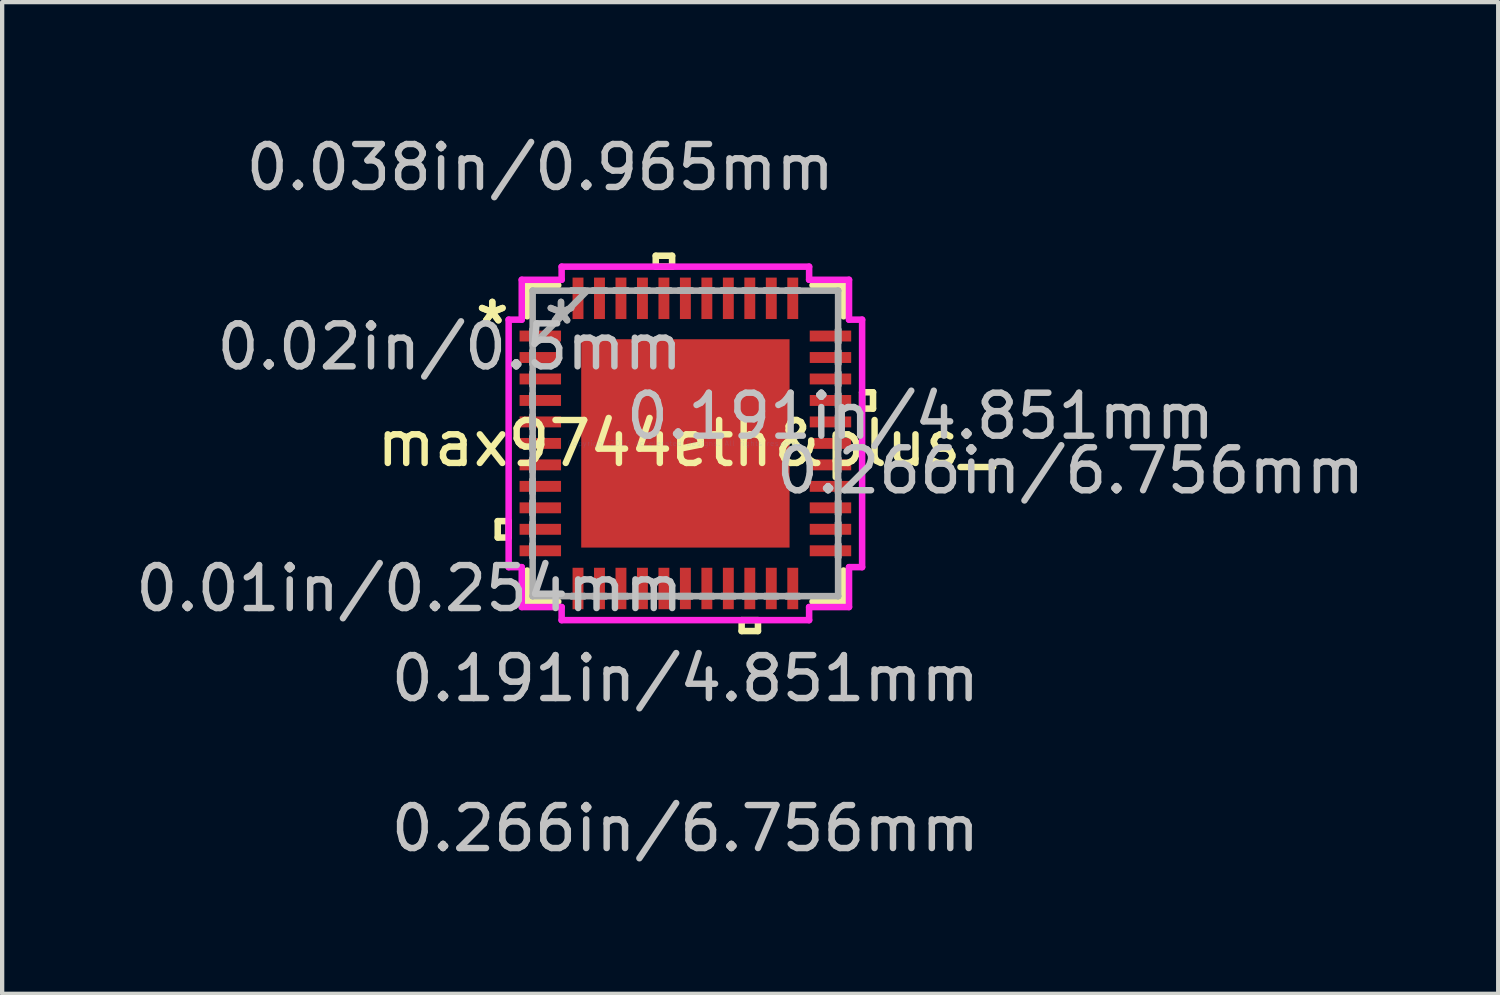
<source format=kicad_pcb>
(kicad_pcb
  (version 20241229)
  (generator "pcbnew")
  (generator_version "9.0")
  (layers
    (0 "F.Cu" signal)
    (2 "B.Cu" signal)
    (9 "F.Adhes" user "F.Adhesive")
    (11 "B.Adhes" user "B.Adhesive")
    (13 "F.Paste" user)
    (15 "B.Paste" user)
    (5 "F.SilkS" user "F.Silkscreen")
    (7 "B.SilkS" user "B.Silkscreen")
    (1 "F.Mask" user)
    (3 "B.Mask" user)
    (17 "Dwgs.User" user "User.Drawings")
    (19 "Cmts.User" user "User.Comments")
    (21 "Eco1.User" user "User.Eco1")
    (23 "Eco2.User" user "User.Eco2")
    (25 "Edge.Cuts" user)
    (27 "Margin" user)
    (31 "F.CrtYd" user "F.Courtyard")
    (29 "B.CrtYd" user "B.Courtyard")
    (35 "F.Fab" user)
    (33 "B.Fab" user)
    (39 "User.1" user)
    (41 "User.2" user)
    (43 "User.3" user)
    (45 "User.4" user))
  (footprint "max9744eth&plus_"
    (layer "F.Cu")
    (at 12.908 7.274)
    (property "Reference" "max9744eth&plus_" (at 0 0 0) (layer "F.SilkS") (effects (font (size 1 1) (thickness 0.15))))
    (attr through_hole)
    (fp_line (start -4.369 1.81) (end -4.369 2.191) (stroke (width 0.152) (type solid)) (layer "F.SilkS"))
    (fp_line (start -4.369 2.191) (end -4.115 2.191) (stroke (width 0.152) (type solid)) (layer "F.SilkS"))
    (fp_line (start -4.115 1.81) (end -4.369 1.81) (stroke (width 0.152) (type solid)) (layer "F.SilkS"))
    (fp_line (start -4.115 2.191) (end -4.115 1.81) (stroke (width 0.152) (type solid)) (layer "F.SilkS"))
    (fp_line (start -3.683 -3.683) (end -3.683 -2.96) (stroke (width 0.152) (type solid)) (layer "F.SilkS"))
    (fp_line (start -3.683 2.96) (end -3.683 3.683) (stroke (width 0.152) (type solid)) (layer "F.SilkS"))
    (fp_line (start -3.683 3.683) (end -2.96 3.683) (stroke (width 0.152) (type solid)) (layer "F.SilkS"))
    (fp_line (start -2.96 -3.683) (end -3.683 -3.683) (stroke (width 0.152) (type solid)) (layer "F.SilkS"))
    (fp_line (start -0.69 -4.369) (end -0.309 -4.369) (stroke (width 0.152) (type solid)) (layer "F.SilkS"))
    (fp_line (start -0.69 -4.115) (end -0.69 -4.369) (stroke (width 0.152) (type solid)) (layer "F.SilkS"))
    (fp_line (start -0.309 -4.369) (end -0.309 -4.115) (stroke (width 0.152) (type solid)) (layer "F.SilkS"))
    (fp_line (start -0.309 -4.115) (end -0.69 -4.115) (stroke (width 0.152) (type solid)) (layer "F.SilkS"))
    (fp_line (start 1.31 4.115) (end 1.31 4.369) (stroke (width 0.152) (type solid)) (layer "F.SilkS"))
    (fp_line (start 1.31 4.369) (end 1.69 4.369) (stroke (width 0.152) (type solid)) (layer "F.SilkS"))
    (fp_line (start 1.69 4.115) (end 1.31 4.115) (stroke (width 0.152) (type solid)) (layer "F.SilkS"))
    (fp_line (start 1.69 4.369) (end 1.69 4.115) (stroke (width 0.152) (type solid)) (layer "F.SilkS"))
    (fp_line (start 2.96 3.683) (end 3.683 3.683) (stroke (width 0.152) (type solid)) (layer "F.SilkS"))
    (fp_line (start 3.683 -3.683) (end 2.96 -3.683) (stroke (width 0.152) (type solid)) (layer "F.SilkS"))
    (fp_line (start 3.683 -2.96) (end 3.683 -3.683) (stroke (width 0.152) (type solid)) (layer "F.SilkS"))
    (fp_line (start 3.683 3.683) (end 3.683 2.96) (stroke (width 0.152) (type solid)) (layer "F.SilkS"))
    (fp_line (start 4.115 -1.191) (end 4.369 -1.191) (stroke (width 0.152) (type solid)) (layer "F.SilkS"))
    (fp_line (start 4.115 -0.81) (end 4.115 -1.191) (stroke (width 0.152) (type solid)) (layer "F.SilkS"))
    (fp_line (start 4.369 -1.191) (end 4.369 -0.81) (stroke (width 0.152) (type solid)) (layer "F.SilkS"))
    (fp_line (start 4.369 -0.81) (end 4.115 -0.81) (stroke (width 0.152) (type solid)) (layer "F.SilkS"))
    (fp_line (start -2.326 -2.326) (end -2.326 -0.909) (stroke (width 0.152) (type solid)) (layer "F.Paste"))
    (fp_line (start -2.326 -0.909) (end -0.909 -0.909) (stroke (width 0.152) (type solid)) (layer "F.Paste"))
    (fp_line (start -2.326 -0.709) (end -2.326 0.709) (stroke (width 0.152) (type solid)) (layer "F.Paste"))
    (fp_line (start -2.326 0.709) (end -0.909 0.709) (stroke (width 0.152) (type solid)) (layer "F.Paste"))
    (fp_line (start -2.326 0.909) (end -2.326 2.326) (stroke (width 0.152) (type solid)) (layer "F.Paste"))
    (fp_line (start -2.326 2.326) (end -0.909 2.326) (stroke (width 0.152) (type solid)) (layer "F.Paste"))
    (fp_line (start -0.909 -2.326) (end -2.326 -2.326) (stroke (width 0.152) (type solid)) (layer "F.Paste"))
    (fp_line (start -0.909 -0.909) (end -0.909 -2.326) (stroke (width 0.152) (type solid)) (layer "F.Paste"))
    (fp_line (start -0.909 -0.709) (end -2.326 -0.709) (stroke (width 0.152) (type solid)) (layer "F.Paste"))
    (fp_line (start -0.909 0.709) (end -0.909 -0.709) (stroke (width 0.152) (type solid)) (layer "F.Paste"))
    (fp_line (start -0.909 0.909) (end -2.326 0.909) (stroke (width 0.152) (type solid)) (layer "F.Paste"))
    (fp_line (start -0.909 2.326) (end -0.909 0.909) (stroke (width 0.152) (type solid)) (layer "F.Paste"))
    (fp_line (start -0.709 -2.326) (end -0.709 -0.909) (stroke (width 0.152) (type solid)) (layer "F.Paste"))
    (fp_line (start -0.709 -0.909) (end 0.709 -0.909) (stroke (width 0.152) (type solid)) (layer "F.Paste"))
    (fp_line (start -0.709 -0.709) (end -0.709 0.709) (stroke (width 0.152) (type solid)) (layer "F.Paste"))
    (fp_line (start -0.709 0.709) (end 0.709 0.709) (stroke (width 0.152) (type solid)) (layer "F.Paste"))
    (fp_line (start -0.709 0.909) (end -0.709 2.326) (stroke (width 0.152) (type solid)) (layer "F.Paste"))
    (fp_line (start -0.709 2.326) (end 0.709 2.326) (stroke (width 0.152) (type solid)) (layer "F.Paste"))
    (fp_line (start 0.709 -2.326) (end -0.709 -2.326) (stroke (width 0.152) (type solid)) (layer "F.Paste"))
    (fp_line (start 0.709 -0.909) (end 0.709 -2.326) (stroke (width 0.152) (type solid)) (layer "F.Paste"))
    (fp_line (start 0.709 -0.709) (end -0.709 -0.709) (stroke (width 0.152) (type solid)) (layer "F.Paste"))
    (fp_line (start 0.709 0.709) (end 0.709 -0.709) (stroke (width 0.152) (type solid)) (layer "F.Paste"))
    (fp_line (start 0.709 0.909) (end -0.709 0.909) (stroke (width 0.152) (type solid)) (layer "F.Paste"))
    (fp_line (start 0.709 2.326) (end 0.709 0.909) (stroke (width 0.152) (type solid)) (layer "F.Paste"))
    (fp_line (start 0.909 -2.326) (end 0.909 -0.909) (stroke (width 0.152) (type solid)) (layer "F.Paste"))
    (fp_line (start 0.909 -0.909) (end 2.326 -0.909) (stroke (width 0.152) (type solid)) (layer "F.Paste"))
    (fp_line (start 0.909 -0.709) (end 0.909 0.709) (stroke (width 0.152) (type solid)) (layer "F.Paste"))
    (fp_line (start 0.909 0.709) (end 2.326 0.709) (stroke (width 0.152) (type solid)) (layer "F.Paste"))
    (fp_line (start 0.909 0.909) (end 0.909 2.326) (stroke (width 0.152) (type solid)) (layer "F.Paste"))
    (fp_line (start 0.909 2.326) (end 2.326 2.326) (stroke (width 0.152) (type solid)) (layer "F.Paste"))
    (fp_line (start 2.326 -2.326) (end 0.909 -2.326) (stroke (width 0.152) (type solid)) (layer "F.Paste"))
    (fp_line (start 2.326 -0.909) (end 2.326 -2.326) (stroke (width 0.152) (type solid)) (layer "F.Paste"))
    (fp_line (start 2.326 -0.709) (end 0.909 -0.709) (stroke (width 0.152) (type solid)) (layer "F.Paste"))
    (fp_line (start 2.326 0.709) (end 2.326 -0.709) (stroke (width 0.152) (type solid)) (layer "F.Paste"))
    (fp_line (start 2.326 0.909) (end 0.909 0.909) (stroke (width 0.152) (type solid)) (layer "F.Paste"))
    (fp_line (start 2.326 2.326) (end 2.326 0.909) (stroke (width 0.152) (type solid)) (layer "F.Paste"))
    (fp_line (start -4.115 -2.881) (end -3.81 -2.881) (stroke (width 0.152) (type solid)) (layer "F.CrtYd"))
    (fp_line (start -4.115 2.881) (end -4.115 -2.881) (stroke (width 0.152) (type solid)) (layer "F.CrtYd"))
    (fp_line (start -3.81 -3.81) (end -2.881 -3.81) (stroke (width 0.152) (type solid)) (layer "F.CrtYd"))
    (fp_line (start -3.81 -2.881) (end -3.81 -3.81) (stroke (width 0.152) (type solid)) (layer "F.CrtYd"))
    (fp_line (start -3.81 2.881) (end -4.115 2.881) (stroke (width 0.152) (type solid)) (layer "F.CrtYd"))
    (fp_line (start -3.81 3.81) (end -3.81 2.881) (stroke (width 0.152) (type solid)) (layer "F.CrtYd"))
    (fp_line (start -2.881 -4.115) (end 2.881 -4.115) (stroke (width 0.152) (type solid)) (layer "F.CrtYd"))
    (fp_line (start -2.881 -3.81) (end -2.881 -4.115) (stroke (width 0.152) (type solid)) (layer "F.CrtYd"))
    (fp_line (start -2.881 3.81) (end -3.81 3.81) (stroke (width 0.152) (type solid)) (layer "F.CrtYd"))
    (fp_line (start -2.881 4.115) (end -2.881 3.81) (stroke (width 0.152) (type solid)) (layer "F.CrtYd"))
    (fp_line (start 2.881 -4.115) (end 2.881 -3.81) (stroke (width 0.152) (type solid)) (layer "F.CrtYd"))
    (fp_line (start 2.881 -3.81) (end 3.81 -3.81) (stroke (width 0.152) (type solid)) (layer "F.CrtYd"))
    (fp_line (start 2.881 3.81) (end 2.881 4.115) (stroke (width 0.152) (type solid)) (layer "F.CrtYd"))
    (fp_line (start 2.881 4.115) (end -2.881 4.115) (stroke (width 0.152) (type solid)) (layer "F.CrtYd"))
    (fp_line (start 3.81 -3.81) (end 3.81 -2.881) (stroke (width 0.152) (type solid)) (layer "F.CrtYd"))
    (fp_line (start 3.81 -2.881) (end 4.115 -2.881) (stroke (width 0.152) (type solid)) (layer "F.CrtYd"))
    (fp_line (start 3.81 2.881) (end 3.81 3.81) (stroke (width 0.152) (type solid)) (layer "F.CrtYd"))
    (fp_line (start 3.81 3.81) (end 2.881 3.81) (stroke (width 0.152) (type solid)) (layer "F.CrtYd"))
    (fp_line (start 4.115 -2.881) (end 4.115 2.881) (stroke (width 0.152) (type solid)) (layer "F.CrtYd"))
    (fp_line (start 4.115 2.881) (end 3.81 2.881) (stroke (width 0.152) (type solid)) (layer "F.CrtYd"))
    (fp_line (start -3.556 -3.556) (end -3.556 -3.556) (stroke (width 0.152) (type solid)) (layer "F.Fab"))
    (fp_line (start -3.556 -3.556) (end -3.556 3.556) (stroke (width 0.152) (type solid)) (layer "F.Fab"))
    (fp_line (start -3.556 -2.652) (end -3.556 -2.652) (stroke (width 0.152) (type solid)) (layer "F.Fab"))
    (fp_line (start -3.556 -2.652) (end -3.556 -2.348) (stroke (width 0.152) (type solid)) (layer "F.Fab"))
    (fp_line (start -3.556 -2.348) (end -3.556 -2.652) (stroke (width 0.152) (type solid)) (layer "F.Fab"))
    (fp_line (start -3.556 -2.348) (end -3.556 -2.348) (stroke (width 0.152) (type solid)) (layer "F.Fab"))
    (fp_line (start -3.556 -2.286) (end -2.286 -3.556) (stroke (width 0.152) (type solid)) (layer "F.Fab"))
    (fp_line (start -3.556 -2.152) (end -3.556 -2.152) (stroke (width 0.152) (type solid)) (layer "F.Fab"))
    (fp_line (start -3.556 -2.152) (end -3.556 -1.848) (stroke (width 0.152) (type solid)) (layer "F.Fab"))
    (fp_line (start -3.556 -1.848) (end -3.556 -2.152) (stroke (width 0.152) (type solid)) (layer "F.Fab"))
    (fp_line (start -3.556 -1.848) (end -3.556 -1.848) (stroke (width 0.152) (type solid)) (layer "F.Fab"))
    (fp_line (start -3.556 -1.652) (end -3.556 -1.652) (stroke (width 0.152) (type solid)) (layer "F.Fab"))
    (fp_line (start -3.556 -1.652) (end -3.556 -1.348) (stroke (width 0.152) (type solid)) (layer "F.Fab"))
    (fp_line (start -3.556 -1.348) (end -3.556 -1.652) (stroke (width 0.152) (type solid)) (layer "F.Fab"))
    (fp_line (start -3.556 -1.348) (end -3.556 -1.348) (stroke (width 0.152) (type solid)) (layer "F.Fab"))
    (fp_line (start -3.556 -1.152) (end -3.556 -1.152) (stroke (width 0.152) (type solid)) (layer "F.Fab"))
    (fp_line (start -3.556 -1.152) (end -3.556 -0.848) (stroke (width 0.152) (type solid)) (layer "F.Fab"))
    (fp_line (start -3.556 -0.848) (end -3.556 -1.152) (stroke (width 0.152) (type solid)) (layer "F.Fab"))
    (fp_line (start -3.556 -0.848) (end -3.556 -0.848) (stroke (width 0.152) (type solid)) (layer "F.Fab"))
    (fp_line (start -3.556 -0.652) (end -3.556 -0.652) (stroke (width 0.152) (type solid)) (layer "F.Fab"))
    (fp_line (start -3.556 -0.652) (end -3.556 -0.348) (stroke (width 0.152) (type solid)) (layer "F.Fab"))
    (fp_line (start -3.556 -0.348) (end -3.556 -0.652) (stroke (width 0.152) (type solid)) (layer "F.Fab"))
    (fp_line (start -3.556 -0.348) (end -3.556 -0.348) (stroke (width 0.152) (type solid)) (layer "F.Fab"))
    (fp_line (start -3.556 -0.152) (end -3.556 -0.152) (stroke (width 0.152) (type solid)) (layer "F.Fab"))
    (fp_line (start -3.556 -0.152) (end -3.556 0.152) (stroke (width 0.152) (type solid)) (layer "F.Fab"))
    (fp_line (start -3.556 0.152) (end -3.556 -0.152) (stroke (width 0.152) (type solid)) (layer "F.Fab"))
    (fp_line (start -3.556 0.152) (end -3.556 0.152) (stroke (width 0.152) (type solid)) (layer "F.Fab"))
    (fp_line (start -3.556 0.348) (end -3.556 0.348) (stroke (width 0.152) (type solid)) (layer "F.Fab"))
    (fp_line (start -3.556 0.348) (end -3.556 0.652) (stroke (width 0.152) (type solid)) (layer "F.Fab"))
    (fp_line (start -3.556 0.652) (end -3.556 0.348) (stroke (width 0.152) (type solid)) (layer "F.Fab"))
    (fp_line (start -3.556 0.652) (end -3.556 0.652) (stroke (width 0.152) (type solid)) (layer "F.Fab"))
    (fp_line (start -3.556 0.848) (end -3.556 0.848) (stroke (width 0.152) (type solid)) (layer "F.Fab"))
    (fp_line (start -3.556 0.848) (end -3.556 1.152) (stroke (width 0.152) (type solid)) (layer "F.Fab"))
    (fp_line (start -3.556 1.152) (end -3.556 0.848) (stroke (width 0.152) (type solid)) (layer "F.Fab"))
    (fp_line (start -3.556 1.152) (end -3.556 1.152) (stroke (width 0.152) (type solid)) (layer "F.Fab"))
    (fp_line (start -3.556 1.348) (end -3.556 1.348) (stroke (width 0.152) (type solid)) (layer "F.Fab"))
    (fp_line (start -3.556 1.348) (end -3.556 1.652) (stroke (width 0.152) (type solid)) (layer "F.Fab"))
    (fp_line (start -3.556 1.652) (end -3.556 1.348) (stroke (width 0.152) (type solid)) (layer "F.Fab"))
    (fp_line (start -3.556 1.652) (end -3.556 1.652) (stroke (width 0.152) (type solid)) (layer "F.Fab"))
    (fp_line (start -3.556 1.848) (end -3.556 1.848) (stroke (width 0.152) (type solid)) (layer "F.Fab"))
    (fp_line (start -3.556 1.848) (end -3.556 2.152) (stroke (width 0.152) (type solid)) (layer "F.Fab"))
    (fp_line (start -3.556 2.152) (end -3.556 1.848) (stroke (width 0.152) (type solid)) (layer "F.Fab"))
    (fp_line (start -3.556 2.152) (end -3.556 2.152) (stroke (width 0.152) (type solid)) (layer "F.Fab"))
    (fp_line (start -3.556 2.348) (end -3.556 2.348) (stroke (width 0.152) (type solid)) (layer "F.Fab"))
    (fp_line (start -3.556 2.348) (end -3.556 2.652) (stroke (width 0.152) (type solid)) (layer "F.Fab"))
    (fp_line (start -3.556 2.652) (end -3.556 2.348) (stroke (width 0.152) (type solid)) (layer "F.Fab"))
    (fp_line (start -3.556 2.652) (end -3.556 2.652) (stroke (width 0.152) (type solid)) (layer "F.Fab"))
    (fp_line (start -3.556 3.556) (end -3.556 3.556) (stroke (width 0.152) (type solid)) (layer "F.Fab"))
    (fp_line (start -3.556 3.556) (end 3.556 3.556) (stroke (width 0.152) (type solid)) (layer "F.Fab"))
    (fp_line (start -2.652 -3.556) (end -2.652 -3.556) (stroke (width 0.152) (type solid)) (layer "F.Fab"))
    (fp_line (start -2.652 -3.556) (end -2.348 -3.556) (stroke (width 0.152) (type solid)) (layer "F.Fab"))
    (fp_line (start -2.652 3.556) (end -2.652 3.556) (stroke (width 0.152) (type solid)) (layer "F.Fab"))
    (fp_line (start -2.652 3.556) (end -2.348 3.556) (stroke (width 0.152) (type solid)) (layer "F.Fab"))
    (fp_line (start -2.348 -3.556) (end -2.652 -3.556) (stroke (width 0.152) (type solid)) (layer "F.Fab"))
    (fp_line (start -2.348 -3.556) (end -2.348 -3.556) (stroke (width 0.152) (type solid)) (layer "F.Fab"))
    (fp_line (start -2.348 3.556) (end -2.652 3.556) (stroke (width 0.152) (type solid)) (layer "F.Fab"))
    (fp_line (start -2.348 3.556) (end -2.348 3.556) (stroke (width 0.152) (type solid)) (layer "F.Fab"))
    (fp_line (start -2.152 -3.556) (end -2.152 -3.556) (stroke (width 0.152) (type solid)) (layer "F.Fab"))
    (fp_line (start -2.152 -3.556) (end -1.848 -3.556) (stroke (width 0.152) (type solid)) (layer "F.Fab"))
    (fp_line (start -2.152 3.556) (end -2.152 3.556) (stroke (width 0.152) (type solid)) (layer "F.Fab"))
    (fp_line (start -2.152 3.556) (end -1.848 3.556) (stroke (width 0.152) (type solid)) (layer "F.Fab"))
    (fp_line (start -1.848 -3.556) (end -2.152 -3.556) (stroke (width 0.152) (type solid)) (layer "F.Fab"))
    (fp_line (start -1.848 -3.556) (end -1.848 -3.556) (stroke (width 0.152) (type solid)) (layer "F.Fab"))
    (fp_line (start -1.848 3.556) (end -2.152 3.556) (stroke (width 0.152) (type solid)) (layer "F.Fab"))
    (fp_line (start -1.848 3.556) (end -1.848 3.556) (stroke (width 0.152) (type solid)) (layer "F.Fab"))
    (fp_line (start -1.652 -3.556) (end -1.652 -3.556) (stroke (width 0.152) (type solid)) (layer "F.Fab"))
    (fp_line (start -1.652 -3.556) (end -1.348 -3.556) (stroke (width 0.152) (type solid)) (layer "F.Fab"))
    (fp_line (start -1.652 3.556) (end -1.652 3.556) (stroke (width 0.152) (type solid)) (layer "F.Fab"))
    (fp_line (start -1.652 3.556) (end -1.348 3.556) (stroke (width 0.152) (type solid)) (layer "F.Fab"))
    (fp_line (start -1.348 -3.556) (end -1.652 -3.556) (stroke (width 0.152) (type solid)) (layer "F.Fab"))
    (fp_line (start -1.348 -3.556) (end -1.348 -3.556) (stroke (width 0.152) (type solid)) (layer "F.Fab"))
    (fp_line (start -1.348 3.556) (end -1.652 3.556) (stroke (width 0.152) (type solid)) (layer "F.Fab"))
    (fp_line (start -1.348 3.556) (end -1.348 3.556) (stroke (width 0.152) (type solid)) (layer "F.Fab"))
    (fp_line (start -1.152 -3.556) (end -1.152 -3.556) (stroke (width 0.152) (type solid)) (layer "F.Fab"))
    (fp_line (start -1.152 -3.556) (end -0.848 -3.556) (stroke (width 0.152) (type solid)) (layer "F.Fab"))
    (fp_line (start -1.152 3.556) (end -1.152 3.556) (stroke (width 0.152) (type solid)) (layer "F.Fab"))
    (fp_line (start -1.152 3.556) (end -0.848 3.556) (stroke (width 0.152) (type solid)) (layer "F.Fab"))
    (fp_line (start -0.848 -3.556) (end -1.152 -3.556) (stroke (width 0.152) (type solid)) (layer "F.Fab"))
    (fp_line (start -0.848 -3.556) (end -0.848 -3.556) (stroke (width 0.152) (type solid)) (layer "F.Fab"))
    (fp_line (start -0.848 3.556) (end -1.152 3.556) (stroke (width 0.152) (type solid)) (layer "F.Fab"))
    (fp_line (start -0.848 3.556) (end -0.848 3.556) (stroke (width 0.152) (type solid)) (layer "F.Fab"))
    (fp_line (start -0.652 -3.556) (end -0.652 -3.556) (stroke (width 0.152) (type solid)) (layer "F.Fab"))
    (fp_line (start -0.652 -3.556) (end -0.348 -3.556) (stroke (width 0.152) (type solid)) (layer "F.Fab"))
    (fp_line (start -0.652 3.556) (end -0.652 3.556) (stroke (width 0.152) (type solid)) (layer "F.Fab"))
    (fp_line (start -0.652 3.556) (end -0.348 3.556) (stroke (width 0.152) (type solid)) (layer "F.Fab"))
    (fp_line (start -0.348 -3.556) (end -0.652 -3.556) (stroke (width 0.152) (type solid)) (layer "F.Fab"))
    (fp_line (start -0.348 -3.556) (end -0.348 -3.556) (stroke (width 0.152) (type solid)) (layer "F.Fab"))
    (fp_line (start -0.348 3.556) (end -0.652 3.556) (stroke (width 0.152) (type solid)) (layer "F.Fab"))
    (fp_line (start -0.348 3.556) (end -0.348 3.556) (stroke (width 0.152) (type solid)) (layer "F.Fab"))
    (fp_line (start -0.152 -3.556) (end -0.152 -3.556) (stroke (width 0.152) (type solid)) (layer "F.Fab"))
    (fp_line (start -0.152 -3.556) (end 0.152 -3.556) (stroke (width 0.152) (type solid)) (layer "F.Fab"))
    (fp_line (start -0.152 3.556) (end -0.152 3.556) (stroke (width 0.152) (type solid)) (layer "F.Fab"))
    (fp_line (start -0.152 3.556) (end 0.152 3.556) (stroke (width 0.152) (type solid)) (layer "F.Fab"))
    (fp_line (start 0.152 -3.556) (end -0.152 -3.556) (stroke (width 0.152) (type solid)) (layer "F.Fab"))
    (fp_line (start 0.152 -3.556) (end 0.152 -3.556) (stroke (width 0.152) (type solid)) (layer "F.Fab"))
    (fp_line (start 0.152 3.556) (end -0.152 3.556) (stroke (width 0.152) (type solid)) (layer "F.Fab"))
    (fp_line (start 0.152 3.556) (end 0.152 3.556) (stroke (width 0.152) (type solid)) (layer "F.Fab"))
    (fp_line (start 0.348 -3.556) (end 0.348 -3.556) (stroke (width 0.152) (type solid)) (layer "F.Fab"))
    (fp_line (start 0.348 -3.556) (end 0.652 -3.556) (stroke (width 0.152) (type solid)) (layer "F.Fab"))
    (fp_line (start 0.348 3.556) (end 0.348 3.556) (stroke (width 0.152) (type solid)) (layer "F.Fab"))
    (fp_line (start 0.348 3.556) (end 0.652 3.556) (stroke (width 0.152) (type solid)) (layer "F.Fab"))
    (fp_line (start 0.652 -3.556) (end 0.348 -3.556) (stroke (width 0.152) (type solid)) (layer "F.Fab"))
    (fp_line (start 0.652 -3.556) (end 0.652 -3.556) (stroke (width 0.152) (type solid)) (layer "F.Fab"))
    (fp_line (start 0.652 3.556) (end 0.348 3.556) (stroke (width 0.152) (type solid)) (layer "F.Fab"))
    (fp_line (start 0.652 3.556) (end 0.652 3.556) (stroke (width 0.152) (type solid)) (layer "F.Fab"))
    (fp_line (start 0.848 -3.556) (end 0.848 -3.556) (stroke (width 0.152) (type solid)) (layer "F.Fab"))
    (fp_line (start 0.848 -3.556) (end 1.152 -3.556) (stroke (width 0.152) (type solid)) (layer "F.Fab"))
    (fp_line (start 0.848 3.556) (end 0.848 3.556) (stroke (width 0.152) (type solid)) (layer "F.Fab"))
    (fp_line (start 0.848 3.556) (end 1.152 3.556) (stroke (width 0.152) (type solid)) (layer "F.Fab"))
    (fp_line (start 1.152 -3.556) (end 0.848 -3.556) (stroke (width 0.152) (type solid)) (layer "F.Fab"))
    (fp_line (start 1.152 -3.556) (end 1.152 -3.556) (stroke (width 0.152) (type solid)) (layer "F.Fab"))
    (fp_line (start 1.152 3.556) (end 0.848 3.556) (stroke (width 0.152) (type solid)) (layer "F.Fab"))
    (fp_line (start 1.152 3.556) (end 1.152 3.556) (stroke (width 0.152) (type solid)) (layer "F.Fab"))
    (fp_line (start 1.348 -3.556) (end 1.348 -3.556) (stroke (width 0.152) (type solid)) (layer "F.Fab"))
    (fp_line (start 1.348 -3.556) (end 1.652 -3.556) (stroke (width 0.152) (type solid)) (layer "F.Fab"))
    (fp_line (start 1.348 3.556) (end 1.348 3.556) (stroke (width 0.152) (type solid)) (layer "F.Fab"))
    (fp_line (start 1.348 3.556) (end 1.652 3.556) (stroke (width 0.152) (type solid)) (layer "F.Fab"))
    (fp_line (start 1.652 -3.556) (end 1.348 -3.556) (stroke (width 0.152) (type solid)) (layer "F.Fab"))
    (fp_line (start 1.652 -3.556) (end 1.652 -3.556) (stroke (width 0.152) (type solid)) (layer "F.Fab"))
    (fp_line (start 1.652 3.556) (end 1.348 3.556) (stroke (width 0.152) (type solid)) (layer "F.Fab"))
    (fp_line (start 1.652 3.556) (end 1.652 3.556) (stroke (width 0.152) (type solid)) (layer "F.Fab"))
    (fp_line (start 1.848 -3.556) (end 1.848 -3.556) (stroke (width 0.152) (type solid)) (layer "F.Fab"))
    (fp_line (start 1.848 -3.556) (end 2.152 -3.556) (stroke (width 0.152) (type solid)) (layer "F.Fab"))
    (fp_line (start 1.848 3.556) (end 1.848 3.556) (stroke (width 0.152) (type solid)) (layer "F.Fab"))
    (fp_line (start 1.848 3.556) (end 2.152 3.556) (stroke (width 0.152) (type solid)) (layer "F.Fab"))
    (fp_line (start 2.152 -3.556) (end 1.848 -3.556) (stroke (width 0.152) (type solid)) (layer "F.Fab"))
    (fp_line (start 2.152 -3.556) (end 2.152 -3.556) (stroke (width 0.152) (type solid)) (layer "F.Fab"))
    (fp_line (start 2.152 3.556) (end 1.848 3.556) (stroke (width 0.152) (type solid)) (layer "F.Fab"))
    (fp_line (start 2.152 3.556) (end 2.152 3.556) (stroke (width 0.152) (type solid)) (layer "F.Fab"))
    (fp_line (start 2.348 -3.556) (end 2.348 -3.556) (stroke (width 0.152) (type solid)) (layer "F.Fab"))
    (fp_line (start 2.348 -3.556) (end 2.652 -3.556) (stroke (width 0.152) (type solid)) (layer "F.Fab"))
    (fp_line (start 2.348 3.556) (end 2.348 3.556) (stroke (width 0.152) (type solid)) (layer "F.Fab"))
    (fp_line (start 2.348 3.556) (end 2.652 3.556) (stroke (width 0.152) (type solid)) (layer "F.Fab"))
    (fp_line (start 2.652 -3.556) (end 2.348 -3.556) (stroke (width 0.152) (type solid)) (layer "F.Fab"))
    (fp_line (start 2.652 -3.556) (end 2.652 -3.556) (stroke (width 0.152) (type solid)) (layer "F.Fab"))
    (fp_line (start 2.652 3.556) (end 2.348 3.556) (stroke (width 0.152) (type solid)) (layer "F.Fab"))
    (fp_line (start 2.652 3.556) (end 2.652 3.556) (stroke (width 0.152) (type solid)) (layer "F.Fab"))
    (fp_line (start 3.556 -3.556) (end -3.556 -3.556) (stroke (width 0.152) (type solid)) (layer "F.Fab"))
    (fp_line (start 3.556 -3.556) (end 3.556 -3.556) (stroke (width 0.152) (type solid)) (layer "F.Fab"))
    (fp_line (start 3.556 -2.652) (end 3.556 -2.652) (stroke (width 0.152) (type solid)) (layer "F.Fab"))
    (fp_line (start 3.556 -2.652) (end 3.556 -2.348) (stroke (width 0.152) (type solid)) (layer "F.Fab"))
    (fp_line (start 3.556 -2.348) (end 3.556 -2.652) (stroke (width 0.152) (type solid)) (layer "F.Fab"))
    (fp_line (start 3.556 -2.348) (end 3.556 -2.348) (stroke (width 0.152) (type solid)) (layer "F.Fab"))
    (fp_line (start 3.556 -2.152) (end 3.556 -2.152) (stroke (width 0.152) (type solid)) (layer "F.Fab"))
    (fp_line (start 3.556 -2.152) (end 3.556 -1.848) (stroke (width 0.152) (type solid)) (layer "F.Fab"))
    (fp_line (start 3.556 -1.848) (end 3.556 -2.152) (stroke (width 0.152) (type solid)) (layer "F.Fab"))
    (fp_line (start 3.556 -1.848) (end 3.556 -1.848) (stroke (width 0.152) (type solid)) (layer "F.Fab"))
    (fp_line (start 3.556 -1.652) (end 3.556 -1.652) (stroke (width 0.152) (type solid)) (layer "F.Fab"))
    (fp_line (start 3.556 -1.652) (end 3.556 -1.348) (stroke (width 0.152) (type solid)) (layer "F.Fab"))
    (fp_line (start 3.556 -1.348) (end 3.556 -1.652) (stroke (width 0.152) (type solid)) (layer "F.Fab"))
    (fp_line (start 3.556 -1.348) (end 3.556 -1.348) (stroke (width 0.152) (type solid)) (layer "F.Fab"))
    (fp_line (start 3.556 -1.152) (end 3.556 -1.152) (stroke (width 0.152) (type solid)) (layer "F.Fab"))
    (fp_line (start 3.556 -1.152) (end 3.556 -0.848) (stroke (width 0.152) (type solid)) (layer "F.Fab"))
    (fp_line (start 3.556 -0.848) (end 3.556 -1.152) (stroke (width 0.152) (type solid)) (layer "F.Fab"))
    (fp_line (start 3.556 -0.848) (end 3.556 -0.848) (stroke (width 0.152) (type solid)) (layer "F.Fab"))
    (fp_line (start 3.556 -0.652) (end 3.556 -0.652) (stroke (width 0.152) (type solid)) (layer "F.Fab"))
    (fp_line (start 3.556 -0.652) (end 3.556 -0.348) (stroke (width 0.152) (type solid)) (layer "F.Fab"))
    (fp_line (start 3.556 -0.348) (end 3.556 -0.652) (stroke (width 0.152) (type solid)) (layer "F.Fab"))
    (fp_line (start 3.556 -0.348) (end 3.556 -0.348) (stroke (width 0.152) (type solid)) (layer "F.Fab"))
    (fp_line (start 3.556 -0.152) (end 3.556 -0.152) (stroke (width 0.152) (type solid)) (layer "F.Fab"))
    (fp_line (start 3.556 -0.152) (end 3.556 0.152) (stroke (width 0.152) (type solid)) (layer "F.Fab"))
    (fp_line (start 3.556 0.152) (end 3.556 -0.152) (stroke (width 0.152) (type solid)) (layer "F.Fab"))
    (fp_line (start 3.556 0.152) (end 3.556 0.152) (stroke (width 0.152) (type solid)) (layer "F.Fab"))
    (fp_line (start 3.556 0.348) (end 3.556 0.348) (stroke (width 0.152) (type solid)) (layer "F.Fab"))
    (fp_line (start 3.556 0.348) (end 3.556 0.652) (stroke (width 0.152) (type solid)) (layer "F.Fab"))
    (fp_line (start 3.556 0.652) (end 3.556 0.348) (stroke (width 0.152) (type solid)) (layer "F.Fab"))
    (fp_line (start 3.556 0.652) (end 3.556 0.652) (stroke (width 0.152) (type solid)) (layer "F.Fab"))
    (fp_line (start 3.556 0.848) (end 3.556 0.848) (stroke (width 0.152) (type solid)) (layer "F.Fab"))
    (fp_line (start 3.556 0.848) (end 3.556 1.152) (stroke (width 0.152) (type solid)) (layer "F.Fab"))
    (fp_line (start 3.556 1.152) (end 3.556 0.848) (stroke (width 0.152) (type solid)) (layer "F.Fab"))
    (fp_line (start 3.556 1.152) (end 3.556 1.152) (stroke (width 0.152) (type solid)) (layer "F.Fab"))
    (fp_line (start 3.556 1.348) (end 3.556 1.348) (stroke (width 0.152) (type solid)) (layer "F.Fab"))
    (fp_line (start 3.556 1.348) (end 3.556 1.652) (stroke (width 0.152) (type solid)) (layer "F.Fab"))
    (fp_line (start 3.556 1.652) (end 3.556 1.348) (stroke (width 0.152) (type solid)) (layer "F.Fab"))
    (fp_line (start 3.556 1.652) (end 3.556 1.652) (stroke (width 0.152) (type solid)) (layer "F.Fab"))
    (fp_line (start 3.556 1.848) (end 3.556 1.848) (stroke (width 0.152) (type solid)) (layer "F.Fab"))
    (fp_line (start 3.556 1.848) (end 3.556 2.152) (stroke (width 0.152) (type solid)) (layer "F.Fab"))
    (fp_line (start 3.556 2.152) (end 3.556 1.848) (stroke (width 0.152) (type solid)) (layer "F.Fab"))
    (fp_line (start 3.556 2.152) (end 3.556 2.152) (stroke (width 0.152) (type solid)) (layer "F.Fab"))
    (fp_line (start 3.556 2.348) (end 3.556 2.348) (stroke (width 0.152) (type solid)) (layer "F.Fab"))
    (fp_line (start 3.556 2.348) (end 3.556 2.652) (stroke (width 0.152) (type solid)) (layer "F.Fab"))
    (fp_line (start 3.556 2.652) (end 3.556 2.348) (stroke (width 0.152) (type solid)) (layer "F.Fab"))
    (fp_line (start 3.556 2.652) (end 3.556 2.652) (stroke (width 0.152) (type solid)) (layer "F.Fab"))
    (fp_line (start 3.556 3.556) (end 3.556 -3.556) (stroke (width 0.152) (type solid)) (layer "F.Fab"))
    (fp_line (start 3.556 3.556) (end 3.556 3.556) (stroke (width 0.152) (type solid)) (layer "F.Fab"))
    (fp_text user "*" (at -4.496 -2.75 0) (layer "F.SilkS") (effects (font (size 1 1) (thickness 0.15))))
    (fp_text user "*" (at -4.496 -2.75 0) (layer "F.SilkS") (effects (font (size 1 1) (thickness 0.15))))
    (fp_text user "0.266in/6.756mm" (at 0 8.966 0) (layer "Dwgs.User") (effects (font (size 1 1) (thickness 0.15))))
    (fp_text user "0.01in/0.254mm" (at -6.426 3.378 0) (layer "Dwgs.User") (effects (font (size 1 1) (thickness 0.15))))
    (fp_text user "0.266in/6.756mm" (at 8.966 0.635 0) (layer "Dwgs.User") (effects (font (size 1 1) (thickness 0.15))))
    (fp_text user "0.038in/0.965mm" (at -3.378 -6.426 0) (layer "Dwgs.User") (effects (font (size 1 1) (thickness 0.15))))
    (fp_text user "0.02in/0.5mm" (at -5.486 -2.25 0) (layer "Dwgs.User") (effects (font (size 1 1) (thickness 0.15))))
    (fp_text user "0.191in/4.851mm" (at 0 5.474 0) (layer "Dwgs.User") (effects (font (size 1 1) (thickness 0.15))))
    (fp_text user "0.191in/4.851mm" (at 5.474 -0.635 0) (layer "Dwgs.User") (effects (font (size 1 1) (thickness 0.15))))
    (fp_text user "Copyright 2016 Accelerated Designs. All rights reserved." (at 0 0 0) (layer "Cmts.User") (effects (font (size 0.127 0.127) (thickness 0.002))))
    (fp_text user "*" (at -2.896 -2.75 0) (layer "F.Fab") (effects (font (size 1 1) (thickness 0.15))))
    (fp_text user "*" (at -2.896 -2.75 0) (layer "F.Fab") (effects (font (size 1 1) (thickness 0.15))))
    (pad "1" smd rect (at -3.378 -2.5 90) (size 0.254 0.965) (layers "F.Cu" "F.Mask" "F.Paste"))
    (pad "2" smd rect (at -3.378 -2 90) (size 0.254 0.965) (layers "F.Cu" "F.Mask" "F.Paste"))
    (pad "3" smd rect (at -3.378 -1.5 90) (size 0.254 0.965) (layers "F.Cu" "F.Mask" "F.Paste"))
    (pad "4" smd rect (at -3.378 -1 90) (size 0.254 0.965) (layers "F.Cu" "F.Mask" "F.Paste"))
    (pad "5" smd rect (at -3.378 -0.5 90) (size 0.254 0.965) (layers "F.Cu" "F.Mask" "F.Paste"))
    (pad "6" smd rect (at -3.378 0 90) (size 0.254 0.965) (layers "F.Cu" "F.Mask" "F.Paste"))
    (pad "7" smd rect (at -3.378 0.5 90) (size 0.254 0.965) (layers "F.Cu" "F.Mask" "F.Paste"))
    (pad "8" smd rect (at -3.378 1 90) (size 0.254 0.965) (layers "F.Cu" "F.Mask" "F.Paste"))
    (pad "9" smd rect (at -3.378 1.5 90) (size 0.254 0.965) (layers "F.Cu" "F.Mask" "F.Paste"))
    (pad "10" smd rect (at -3.378 2 90) (size 0.254 0.965) (layers "F.Cu" "F.Mask" "F.Paste"))
    (pad "11" smd rect (at -3.378 2.5 90) (size 0.254 0.965) (layers "F.Cu" "F.Mask" "F.Paste"))
    (pad "12" smd rect (at -2.5 3.378) (size 0.254 0.965) (layers "F.Cu" "F.Mask" "F.Paste"))
    (pad "13" smd rect (at -2 3.378) (size 0.254 0.965) (layers "F.Cu" "F.Mask" "F.Paste"))
    (pad "14" smd rect (at -1.5 3.378) (size 0.254 0.965) (layers "F.Cu" "F.Mask" "F.Paste"))
    (pad "15" smd rect (at -1 3.378) (size 0.254 0.965) (layers "F.Cu" "F.Mask" "F.Paste"))
    (pad "16" smd rect (at -0.5 3.378) (size 0.254 0.965) (layers "F.Cu" "F.Mask" "F.Paste"))
    (pad "17" smd rect (at 0 3.378) (size 0.254 0.965) (layers "F.Cu" "F.Mask" "F.Paste"))
    (pad "18" smd rect (at 0.5 3.378) (size 0.254 0.965) (layers "F.Cu" "F.Mask" "F.Paste"))
    (pad "19" smd rect (at 1 3.378) (size 0.254 0.965) (layers "F.Cu" "F.Mask" "F.Paste"))
    (pad "20" smd rect (at 1.5 3.378) (size 0.254 0.965) (layers "F.Cu" "F.Mask" "F.Paste"))
    (pad "21" smd rect (at 2 3.378) (size 0.254 0.965) (layers "F.Cu" "F.Mask" "F.Paste"))
    (pad "22" smd rect (at 2.5 3.378) (size 0.254 0.965) (layers "F.Cu" "F.Mask" "F.Paste"))
    (pad "23" smd rect (at 3.378 2.5 90) (size 0.254 0.965) (layers "F.Cu" "F.Mask" "F.Paste"))
    (pad "24" smd rect (at 3.378 2 90) (size 0.254 0.965) (layers "F.Cu" "F.Mask" "F.Paste"))
    (pad "25" smd rect (at 3.378 1.5 90) (size 0.254 0.965) (layers "F.Cu" "F.Mask" "F.Paste"))
    (pad "26" smd rect (at 3.378 1 90) (size 0.254 0.965) (layers "F.Cu" "F.Mask" "F.Paste"))
    (pad "27" smd rect (at 3.378 0.5 90) (size 0.254 0.965) (layers "F.Cu" "F.Mask" "F.Paste"))
    (pad "28" smd rect (at 3.378 0 90) (size 0.254 0.965) (layers "F.Cu" "F.Mask" "F.Paste"))
    (pad "29" smd rect (at 3.378 -0.5 90) (size 0.254 0.965) (layers "F.Cu" "F.Mask" "F.Paste"))
    (pad "30" smd rect (at 3.378 -1 90) (size 0.254 0.965) (layers "F.Cu" "F.Mask" "F.Paste"))
    (pad "31" smd rect (at 3.378 -1.5 90) (size 0.254 0.965) (layers "F.Cu" "F.Mask" "F.Paste"))
    (pad "32" smd rect (at 3.378 -2 90) (size 0.254 0.965) (layers "F.Cu" "F.Mask" "F.Paste"))
    (pad "33" smd rect (at 3.378 -2.5 90) (size 0.254 0.965) (layers "F.Cu" "F.Mask" "F.Paste"))
    (pad "34" smd rect (at 2.5 -3.378) (size 0.254 0.965) (layers "F.Cu" "F.Mask" "F.Paste"))
    (pad "35" smd rect (at 2 -3.378) (size 0.254 0.965) (layers "F.Cu" "F.Mask" "F.Paste"))
    (pad "36" smd rect (at 1.5 -3.378) (size 0.254 0.965) (layers "F.Cu" "F.Mask" "F.Paste"))
    (pad "37" smd rect (at 1 -3.378) (size 0.254 0.965) (layers "F.Cu" "F.Mask" "F.Paste"))
    (pad "38" smd rect (at 0.5 -3.378) (size 0.254 0.965) (layers "F.Cu" "F.Mask" "F.Paste"))
    (pad "39" smd rect (at 0 -3.378) (size 0.254 0.965) (layers "F.Cu" "F.Mask" "F.Paste"))
    (pad "40" smd rect (at -0.5 -3.378) (size 0.254 0.965) (layers "F.Cu" "F.Mask" "F.Paste"))
    (pad "41" smd rect (at -1 -3.378) (size 0.254 0.965) (layers "F.Cu" "F.Mask" "F.Paste"))
    (pad "42" smd rect (at -1.5 -3.378) (size 0.254 0.965) (layers "F.Cu" "F.Mask" "F.Paste"))
    (pad "43" smd rect (at -2 -3.378) (size 0.254 0.965) (layers "F.Cu" "F.Mask" "F.Paste"))
    (pad "44" smd rect (at -2.5 -3.378) (size 0.254 0.965) (layers "F.Cu" "F.Mask" "F.Paste"))
    (pad "45" smd rect (at 0 0) (size 4.851 4.851) (layers "F.Cu" "F.Mask" "F.Paste")))
  (gr_rect
    (start -3 -3)
    (end 31.833 20.089)
    (stroke (width 0.1) (type default))
    (fill no)
    (layer "Edge.Cuts")))
</source>
